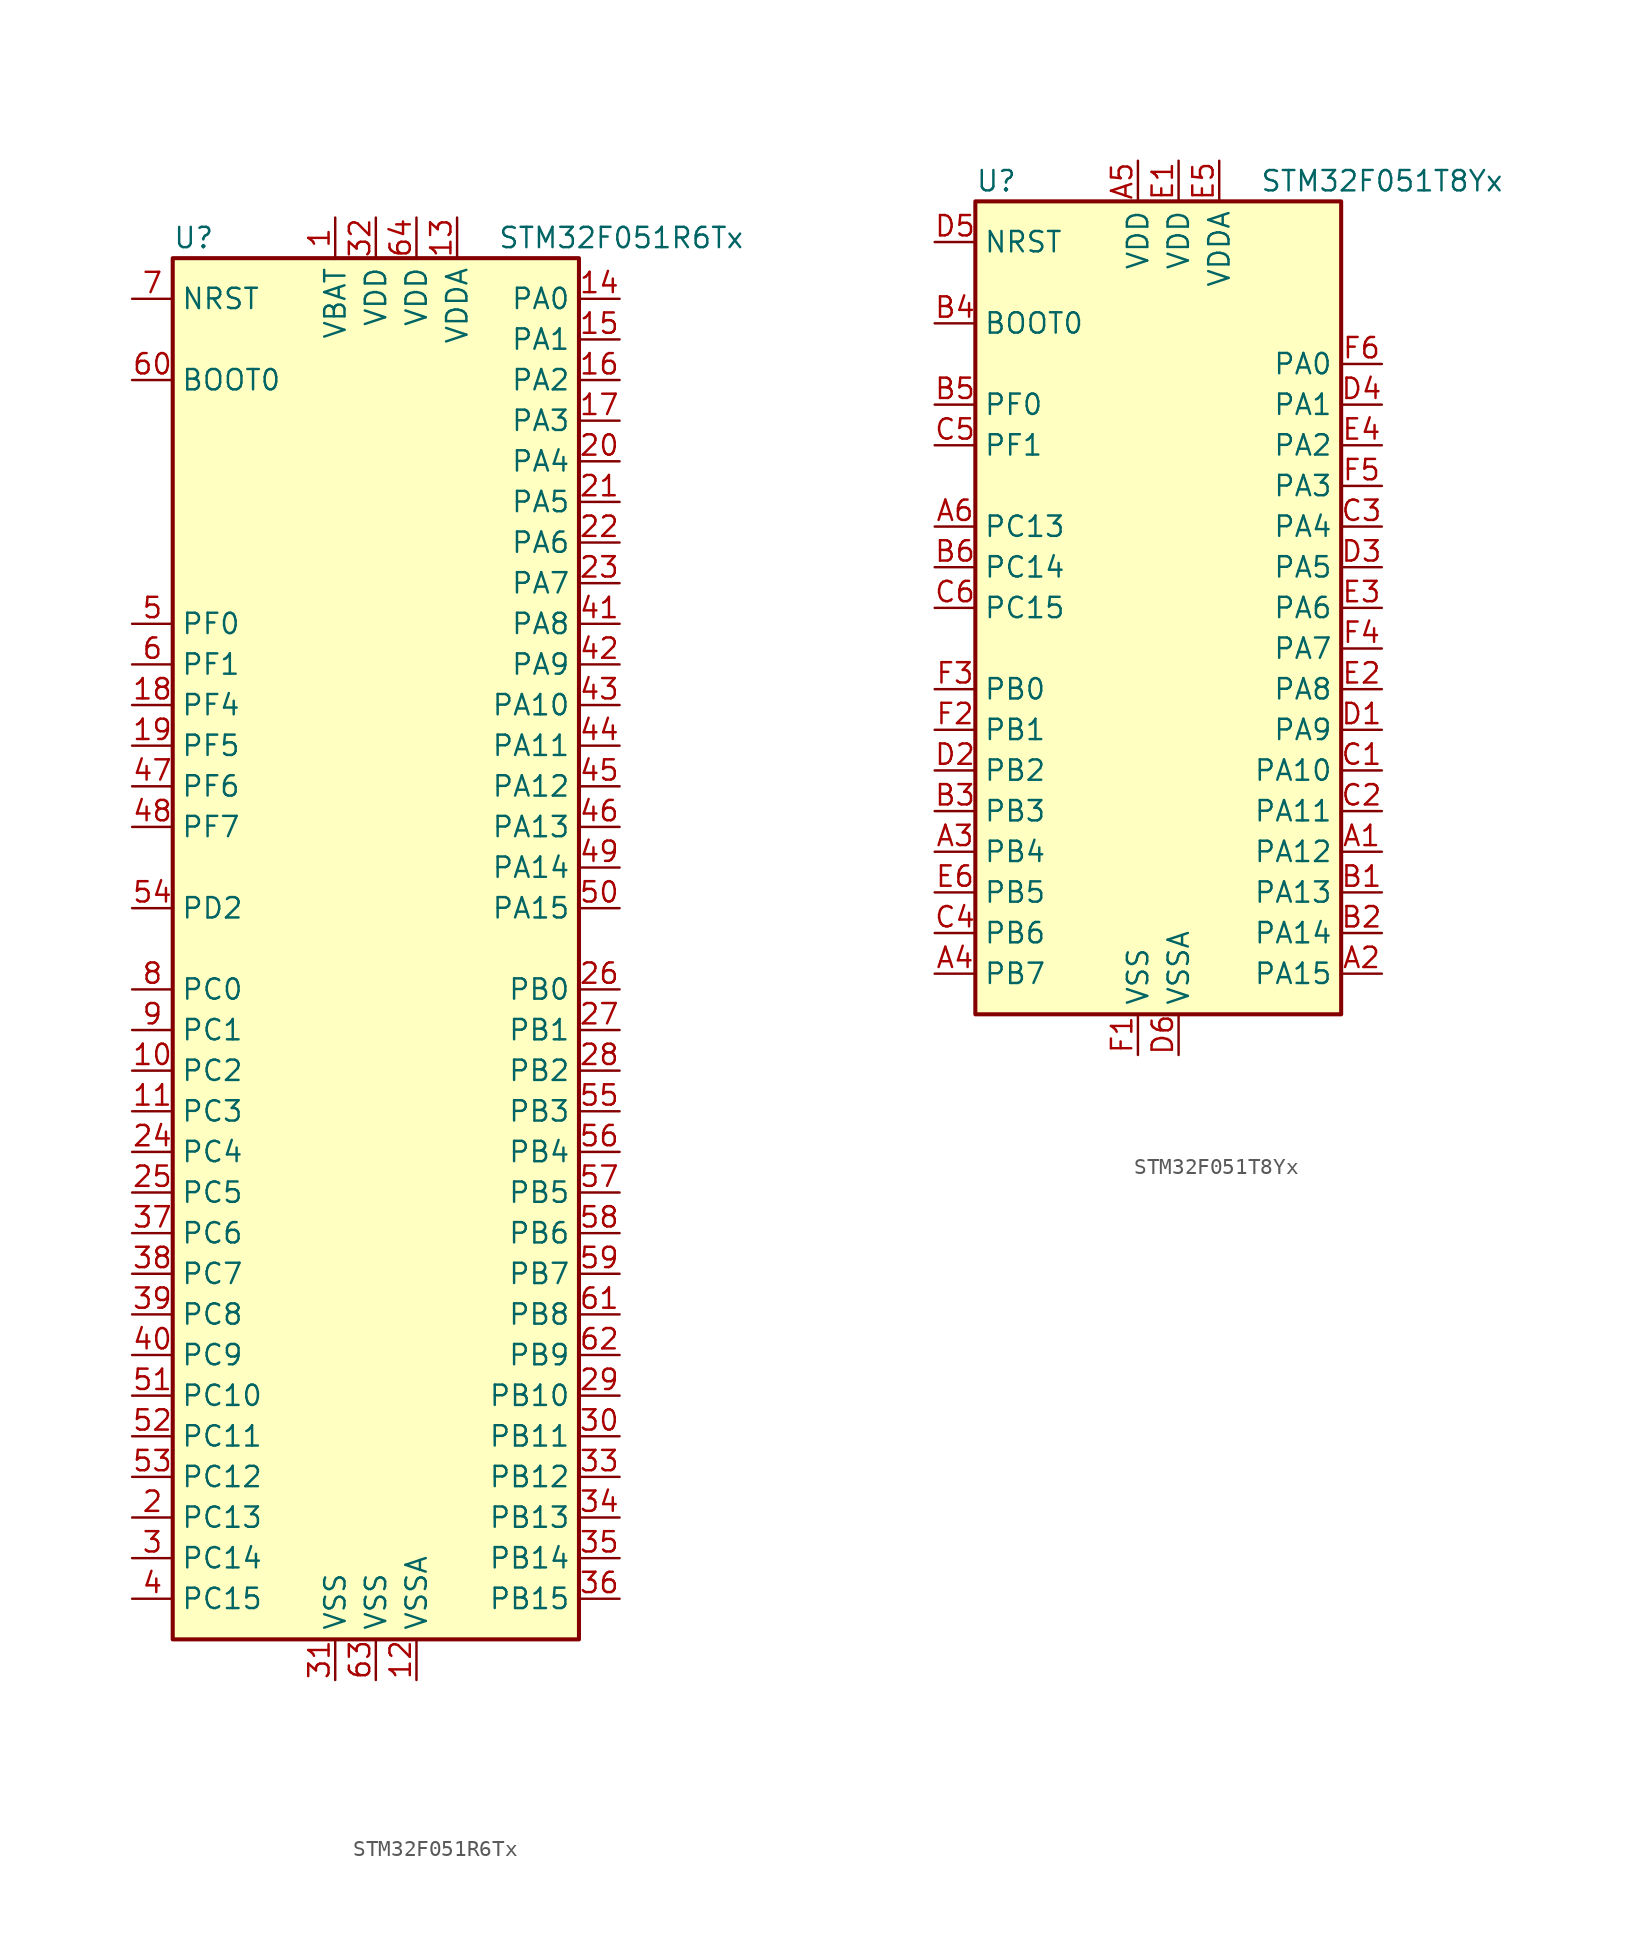
<source format=kicad_sym>
(kicad_symbol_lib
  (version 20201005)
  (generator kicad_symbol_editor)
  (symbol "STM32F051R6Tx"
    (property "Reference" "U"
      (at -12.7 44.45 0)
      (effects (font (size 1.27 1.27)) (justify left)))
    (property "Value" "STM32F051R6Tx"
      (at 7.62 44.45 0)
      (effects (font (size 1.27 1.27)) (justify left)))
    (symbol "STM32F051R6Tx_0_1"
      (rectangle (start -12.7 -43.18) (end 12.7 43.18) (stroke (width 0.254)) (fill (type background))))
    (symbol "STM32F051R6Tx_1_1"
      (pin power_in line (at -2.54 45.72 270) (length 2.54) (name "VBAT" (effects (font (size 1.27 1.27)))) (number "1" (effects (font (size 1.27 1.27)))))
      (pin bidirectional line (at -15.24 -7.62 0) (length 2.54) (name "PC2" (effects (font (size 1.27 1.27)))) (number "10" (effects (font (size 1.27 1.27)))))
      (pin bidirectional line (at -15.24 -10.16 0) (length 2.54) (name "PC3" (effects (font (size 1.27 1.27)))) (number "11" (effects (font (size 1.27 1.27)))))
      (pin power_in line (at 2.54 -45.72 90) (length 2.54) (name "VSSA" (effects (font (size 1.27 1.27)))) (number "12" (effects (font (size 1.27 1.27)))))
      (pin power_in line (at 5.08 45.72 270) (length 2.54) (name "VDDA" (effects (font (size 1.27 1.27)))) (number "13" (effects (font (size 1.27 1.27)))))
      (pin bidirectional line (at 15.24 40.64 180) (length 2.54) (name "PA0" (effects (font (size 1.27 1.27)))) (number "14" (effects (font (size 1.27 1.27)))))
      (pin bidirectional line (at 15.24 38.1 180) (length 2.54) (name "PA1" (effects (font (size 1.27 1.27)))) (number "15" (effects (font (size 1.27 1.27)))))
      (pin bidirectional line (at 15.24 35.56 180) (length 2.54) (name "PA2" (effects (font (size 1.27 1.27)))) (number "16" (effects (font (size 1.27 1.27)))))
      (pin bidirectional line (at 15.24 33.02 180) (length 2.54) (name "PA3" (effects (font (size 1.27 1.27)))) (number "17" (effects (font (size 1.27 1.27)))))
      (pin bidirectional line (at -15.24 15.24 0) (length 2.54) (name "PF4" (effects (font (size 1.27 1.27)))) (number "18" (effects (font (size 1.27 1.27)))))
      (pin bidirectional line (at -15.24 12.7 0) (length 2.54) (name "PF5" (effects (font (size 1.27 1.27)))) (number "19" (effects (font (size 1.27 1.27)))))
      (pin bidirectional line (at -15.24 -35.56 0) (length 2.54) (name "PC13" (effects (font (size 1.27 1.27)))) (number "2" (effects (font (size 1.27 1.27)))))
      (pin bidirectional line (at 15.24 30.48 180) (length 2.54) (name "PA4" (effects (font (size 1.27 1.27)))) (number "20" (effects (font (size 1.27 1.27)))))
      (pin bidirectional line (at 15.24 27.94 180) (length 2.54) (name "PA5" (effects (font (size 1.27 1.27)))) (number "21" (effects (font (size 1.27 1.27)))))
      (pin bidirectional line (at 15.24 25.4 180) (length 2.54) (name "PA6" (effects (font (size 1.27 1.27)))) (number "22" (effects (font (size 1.27 1.27)))))
      (pin bidirectional line (at 15.24 22.86 180) (length 2.54) (name "PA7" (effects (font (size 1.27 1.27)))) (number "23" (effects (font (size 1.27 1.27)))))
      (pin bidirectional line (at -15.24 -12.7 0) (length 2.54) (name "PC4" (effects (font (size 1.27 1.27)))) (number "24" (effects (font (size 1.27 1.27)))))
      (pin bidirectional line (at -15.24 -15.24 0) (length 2.54) (name "PC5" (effects (font (size 1.27 1.27)))) (number "25" (effects (font (size 1.27 1.27)))))
      (pin bidirectional line (at 15.24 -2.54 180) (length 2.54) (name "PB0" (effects (font (size 1.27 1.27)))) (number "26" (effects (font (size 1.27 1.27)))))
      (pin bidirectional line (at 15.24 -5.08 180) (length 2.54) (name "PB1" (effects (font (size 1.27 1.27)))) (number "27" (effects (font (size 1.27 1.27)))))
      (pin bidirectional line (at 15.24 -7.62 180) (length 2.54) (name "PB2" (effects (font (size 1.27 1.27)))) (number "28" (effects (font (size 1.27 1.27)))))
      (pin bidirectional line (at 15.24 -27.94 180) (length 2.54) (name "PB10" (effects (font (size 1.27 1.27)))) (number "29" (effects (font (size 1.27 1.27)))))
      (pin bidirectional line (at -15.24 -38.1 0) (length 2.54) (name "PC14" (effects (font (size 1.27 1.27)))) (number "3" (effects (font (size 1.27 1.27)))))
      (pin bidirectional line (at 15.24 -30.48 180) (length 2.54) (name "PB11" (effects (font (size 1.27 1.27)))) (number "30" (effects (font (size 1.27 1.27)))))
      (pin power_in line (at -2.54 -45.72 90) (length 2.54) (name "VSS" (effects (font (size 1.27 1.27)))) (number "31" (effects (font (size 1.27 1.27)))))
      (pin power_in line (at 0 45.72 270) (length 2.54) (name "VDD" (effects (font (size 1.27 1.27)))) (number "32" (effects (font (size 1.27 1.27)))))
      (pin bidirectional line (at 15.24 -33.02 180) (length 2.54) (name "PB12" (effects (font (size 1.27 1.27)))) (number "33" (effects (font (size 1.27 1.27)))))
      (pin bidirectional line (at 15.24 -35.56 180) (length 2.54) (name "PB13" (effects (font (size 1.27 1.27)))) (number "34" (effects (font (size 1.27 1.27)))))
      (pin bidirectional line (at 15.24 -38.1 180) (length 2.54) (name "PB14" (effects (font (size 1.27 1.27)))) (number "35" (effects (font (size 1.27 1.27)))))
      (pin bidirectional line (at 15.24 -40.64 180) (length 2.54) (name "PB15" (effects (font (size 1.27 1.27)))) (number "36" (effects (font (size 1.27 1.27)))))
      (pin bidirectional line (at -15.24 -17.78 0) (length 2.54) (name "PC6" (effects (font (size 1.27 1.27)))) (number "37" (effects (font (size 1.27 1.27)))))
      (pin bidirectional line (at -15.24 -20.32 0) (length 2.54) (name "PC7" (effects (font (size 1.27 1.27)))) (number "38" (effects (font (size 1.27 1.27)))))
      (pin bidirectional line (at -15.24 -22.86 0) (length 2.54) (name "PC8" (effects (font (size 1.27 1.27)))) (number "39" (effects (font (size 1.27 1.27)))))
      (pin bidirectional line (at -15.24 -40.64 0) (length 2.54) (name "PC15" (effects (font (size 1.27 1.27)))) (number "4" (effects (font (size 1.27 1.27)))))
      (pin bidirectional line (at -15.24 -25.4 0) (length 2.54) (name "PC9" (effects (font (size 1.27 1.27)))) (number "40" (effects (font (size 1.27 1.27)))))
      (pin bidirectional line (at 15.24 20.32 180) (length 2.54) (name "PA8" (effects (font (size 1.27 1.27)))) (number "41" (effects (font (size 1.27 1.27)))))
      (pin bidirectional line (at 15.24 17.78 180) (length 2.54) (name "PA9" (effects (font (size 1.27 1.27)))) (number "42" (effects (font (size 1.27 1.27)))))
      (pin bidirectional line (at 15.24 15.24 180) (length 2.54) (name "PA10" (effects (font (size 1.27 1.27)))) (number "43" (effects (font (size 1.27 1.27)))))
      (pin bidirectional line (at 15.24 12.7 180) (length 2.54) (name "PA11" (effects (font (size 1.27 1.27)))) (number "44" (effects (font (size 1.27 1.27)))))
      (pin bidirectional line (at 15.24 10.16 180) (length 2.54) (name "PA12" (effects (font (size 1.27 1.27)))) (number "45" (effects (font (size 1.27 1.27)))))
      (pin bidirectional line (at 15.24 7.62 180) (length 2.54) (name "PA13" (effects (font (size 1.27 1.27)))) (number "46" (effects (font (size 1.27 1.27)))))
      (pin bidirectional line (at -15.24 10.16 0) (length 2.54) (name "PF6" (effects (font (size 1.27 1.27)))) (number "47" (effects (font (size 1.27 1.27)))))
      (pin bidirectional line (at -15.24 7.62 0) (length 2.54) (name "PF7" (effects (font (size 1.27 1.27)))) (number "48" (effects (font (size 1.27 1.27)))))
      (pin bidirectional line (at 15.24 5.08 180) (length 2.54) (name "PA14" (effects (font (size 1.27 1.27)))) (number "49" (effects (font (size 1.27 1.27)))))
      (pin input line (at -15.24 20.32 0) (length 2.54) (name "PF0" (effects (font (size 1.27 1.27)))) (number "5" (effects (font (size 1.27 1.27)))))
      (pin bidirectional line (at 15.24 2.54 180) (length 2.54) (name "PA15" (effects (font (size 1.27 1.27)))) (number "50" (effects (font (size 1.27 1.27)))))
      (pin bidirectional line (at -15.24 -27.94 0) (length 2.54) (name "PC10" (effects (font (size 1.27 1.27)))) (number "51" (effects (font (size 1.27 1.27)))))
      (pin bidirectional line (at -15.24 -30.48 0) (length 2.54) (name "PC11" (effects (font (size 1.27 1.27)))) (number "52" (effects (font (size 1.27 1.27)))))
      (pin bidirectional line (at -15.24 -33.02 0) (length 2.54) (name "PC12" (effects (font (size 1.27 1.27)))) (number "53" (effects (font (size 1.27 1.27)))))
      (pin bidirectional line (at -15.24 2.54 0) (length 2.54) (name "PD2" (effects (font (size 1.27 1.27)))) (number "54" (effects (font (size 1.27 1.27)))))
      (pin bidirectional line (at 15.24 -10.16 180) (length 2.54) (name "PB3" (effects (font (size 1.27 1.27)))) (number "55" (effects (font (size 1.27 1.27)))))
      (pin bidirectional line (at 15.24 -12.7 180) (length 2.54) (name "PB4" (effects (font (size 1.27 1.27)))) (number "56" (effects (font (size 1.27 1.27)))))
      (pin bidirectional line (at 15.24 -15.24 180) (length 2.54) (name "PB5" (effects (font (size 1.27 1.27)))) (number "57" (effects (font (size 1.27 1.27)))))
      (pin bidirectional line (at 15.24 -17.78 180) (length 2.54) (name "PB6" (effects (font (size 1.27 1.27)))) (number "58" (effects (font (size 1.27 1.27)))))
      (pin bidirectional line (at 15.24 -20.32 180) (length 2.54) (name "PB7" (effects (font (size 1.27 1.27)))) (number "59" (effects (font (size 1.27 1.27)))))
      (pin input line (at -15.24 17.78 0) (length 2.54) (name "PF1" (effects (font (size 1.27 1.27)))) (number "6" (effects (font (size 1.27 1.27)))))
      (pin input line (at -15.24 35.56 0) (length 2.54) (name "BOOT0" (effects (font (size 1.27 1.27)))) (number "60" (effects (font (size 1.27 1.27)))))
      (pin bidirectional line (at 15.24 -22.86 180) (length 2.54) (name "PB8" (effects (font (size 1.27 1.27)))) (number "61" (effects (font (size 1.27 1.27)))))
      (pin bidirectional line (at 15.24 -25.4 180) (length 2.54) (name "PB9" (effects (font (size 1.27 1.27)))) (number "62" (effects (font (size 1.27 1.27)))))
      (pin power_in line (at 0 -45.72 90) (length 2.54) (name "VSS" (effects (font (size 1.27 1.27)))) (number "63" (effects (font (size 1.27 1.27)))))
      (pin power_in line (at 2.54 45.72 270) (length 2.54) (name "VDD" (effects (font (size 1.27 1.27)))) (number "64" (effects (font (size 1.27 1.27)))))
      (pin input line (at -15.24 40.64 0) (length 2.54) (name "NRST" (effects (font (size 1.27 1.27)))) (number "7" (effects (font (size 1.27 1.27)))))
      (pin bidirectional line (at -15.24 -2.54 0) (length 2.54) (name "PC0" (effects (font (size 1.27 1.27)))) (number "8" (effects (font (size 1.27 1.27)))))
      (pin bidirectional line (at -15.24 -5.08 0) (length 2.54) (name "PC1" (effects (font (size 1.27 1.27)))) (number "9" (effects (font (size 1.27 1.27)))))))
  (symbol "STM32F051T8Yx"
    (property "Reference" "U"
      (at -12.7 26.67 0)
      (effects (font (size 1.27 1.27)) (justify left)))
    (property "Value" "STM32F051T8Yx"
      (at 5.08 26.67 0)
      (effects (font (size 1.27 1.27)) (justify left)))
    (symbol "STM32F051T8Yx_0_1"
      (rectangle (start -12.7 -25.4) (end 10.16 25.4) (stroke (width 0.254)) (fill (type background))))
    (symbol "STM32F051T8Yx_1_1"
      (pin bidirectional line (at 12.7 -15.24 180) (length 2.54) (name "PA12" (effects (font (size 1.27 1.27)))) (number "A1" (effects (font (size 1.27 1.27)))))
      (pin bidirectional line (at 12.7 -22.86 180) (length 2.54) (name "PA15" (effects (font (size 1.27 1.27)))) (number "A2" (effects (font (size 1.27 1.27)))))
      (pin bidirectional line (at -15.24 -15.24 0) (length 2.54) (name "PB4" (effects (font (size 1.27 1.27)))) (number "A3" (effects (font (size 1.27 1.27)))))
      (pin bidirectional line (at -15.24 -22.86 0) (length 2.54) (name "PB7" (effects (font (size 1.27 1.27)))) (number "A4" (effects (font (size 1.27 1.27)))))
      (pin power_in line (at -2.54 27.94 270) (length 2.54) (name "VDD" (effects (font (size 1.27 1.27)))) (number "A5" (effects (font (size 1.27 1.27)))))
      (pin bidirectional line (at -15.24 5.08 0) (length 2.54) (name "PC13" (effects (font (size 1.27 1.27)))) (number "A6" (effects (font (size 1.27 1.27)))))
      (pin bidirectional line (at 12.7 -17.78 180) (length 2.54) (name "PA13" (effects (font (size 1.27 1.27)))) (number "B1" (effects (font (size 1.27 1.27)))))
      (pin bidirectional line (at 12.7 -20.32 180) (length 2.54) (name "PA14" (effects (font (size 1.27 1.27)))) (number "B2" (effects (font (size 1.27 1.27)))))
      (pin bidirectional line (at -15.24 -12.7 0) (length 2.54) (name "PB3" (effects (font (size 1.27 1.27)))) (number "B3" (effects (font (size 1.27 1.27)))))
      (pin input line (at -15.24 17.78 0) (length 2.54) (name "BOOT0" (effects (font (size 1.27 1.27)))) (number "B4" (effects (font (size 1.27 1.27)))))
      (pin input line (at -15.24 12.7 0) (length 2.54) (name "PF0" (effects (font (size 1.27 1.27)))) (number "B5" (effects (font (size 1.27 1.27)))))
      (pin bidirectional line (at -15.24 2.54 0) (length 2.54) (name "PC14" (effects (font (size 1.27 1.27)))) (number "B6" (effects (font (size 1.27 1.27)))))
      (pin bidirectional line (at 12.7 -10.16 180) (length 2.54) (name "PA10" (effects (font (size 1.27 1.27)))) (number "C1" (effects (font (size 1.27 1.27)))))
      (pin bidirectional line (at 12.7 -12.7 180) (length 2.54) (name "PA11" (effects (font (size 1.27 1.27)))) (number "C2" (effects (font (size 1.27 1.27)))))
      (pin bidirectional line (at 12.7 5.08 180) (length 2.54) (name "PA4" (effects (font (size 1.27 1.27)))) (number "C3" (effects (font (size 1.27 1.27)))))
      (pin bidirectional line (at -15.24 -20.32 0) (length 2.54) (name "PB6" (effects (font (size 1.27 1.27)))) (number "C4" (effects (font (size 1.27 1.27)))))
      (pin input line (at -15.24 10.16 0) (length 2.54) (name "PF1" (effects (font (size 1.27 1.27)))) (number "C5" (effects (font (size 1.27 1.27)))))
      (pin bidirectional line (at -15.24 0 0) (length 2.54) (name "PC15" (effects (font (size 1.27 1.27)))) (number "C6" (effects (font (size 1.27 1.27)))))
      (pin bidirectional line (at 12.7 -7.62 180) (length 2.54) (name "PA9" (effects (font (size 1.27 1.27)))) (number "D1" (effects (font (size 1.27 1.27)))))
      (pin bidirectional line (at -15.24 -10.16 0) (length 2.54) (name "PB2" (effects (font (size 1.27 1.27)))) (number "D2" (effects (font (size 1.27 1.27)))))
      (pin bidirectional line (at 12.7 2.54 180) (length 2.54) (name "PA5" (effects (font (size 1.27 1.27)))) (number "D3" (effects (font (size 1.27 1.27)))))
      (pin bidirectional line (at 12.7 12.7 180) (length 2.54) (name "PA1" (effects (font (size 1.27 1.27)))) (number "D4" (effects (font (size 1.27 1.27)))))
      (pin input line (at -15.24 22.86 0) (length 2.54) (name "NRST" (effects (font (size 1.27 1.27)))) (number "D5" (effects (font (size 1.27 1.27)))))
      (pin power_in line (at 0 -27.94 90) (length 2.54) (name "VSSA" (effects (font (size 1.27 1.27)))) (number "D6" (effects (font (size 1.27 1.27)))))
      (pin power_in line (at 0 27.94 270) (length 2.54) (name "VDD" (effects (font (size 1.27 1.27)))) (number "E1" (effects (font (size 1.27 1.27)))))
      (pin bidirectional line (at 12.7 -5.08 180) (length 2.54) (name "PA8" (effects (font (size 1.27 1.27)))) (number "E2" (effects (font (size 1.27 1.27)))))
      (pin bidirectional line (at 12.7 0 180) (length 2.54) (name "PA6" (effects (font (size 1.27 1.27)))) (number "E3" (effects (font (size 1.27 1.27)))))
      (pin bidirectional line (at 12.7 10.16 180) (length 2.54) (name "PA2" (effects (font (size 1.27 1.27)))) (number "E4" (effects (font (size 1.27 1.27)))))
      (pin power_in line (at 2.54 27.94 270) (length 2.54) (name "VDDA" (effects (font (size 1.27 1.27)))) (number "E5" (effects (font (size 1.27 1.27)))))
      (pin bidirectional line (at -15.24 -17.78 0) (length 2.54) (name "PB5" (effects (font (size 1.27 1.27)))) (number "E6" (effects (font (size 1.27 1.27)))))
      (pin power_in line (at -2.54 -27.94 90) (length 2.54) (name "VSS" (effects (font (size 1.27 1.27)))) (number "F1" (effects (font (size 1.27 1.27)))))
      (pin bidirectional line (at -15.24 -7.62 0) (length 2.54) (name "PB1" (effects (font (size 1.27 1.27)))) (number "F2" (effects (font (size 1.27 1.27)))))
      (pin bidirectional line (at -15.24 -5.08 0) (length 2.54) (name "PB0" (effects (font (size 1.27 1.27)))) (number "F3" (effects (font (size 1.27 1.27)))))
      (pin bidirectional line (at 12.7 -2.54 180) (length 2.54) (name "PA7" (effects (font (size 1.27 1.27)))) (number "F4" (effects (font (size 1.27 1.27)))))
      (pin bidirectional line (at 12.7 7.62 180) (length 2.54) (name "PA3" (effects (font (size 1.27 1.27)))) (number "F5" (effects (font (size 1.27 1.27)))))
      (pin bidirectional line (at 12.7 15.24 180) (length 2.54) (name "PA0" (effects (font (size 1.27 1.27)))) (number "F6" (effects (font (size 1.27 1.27))))))))
</source>
